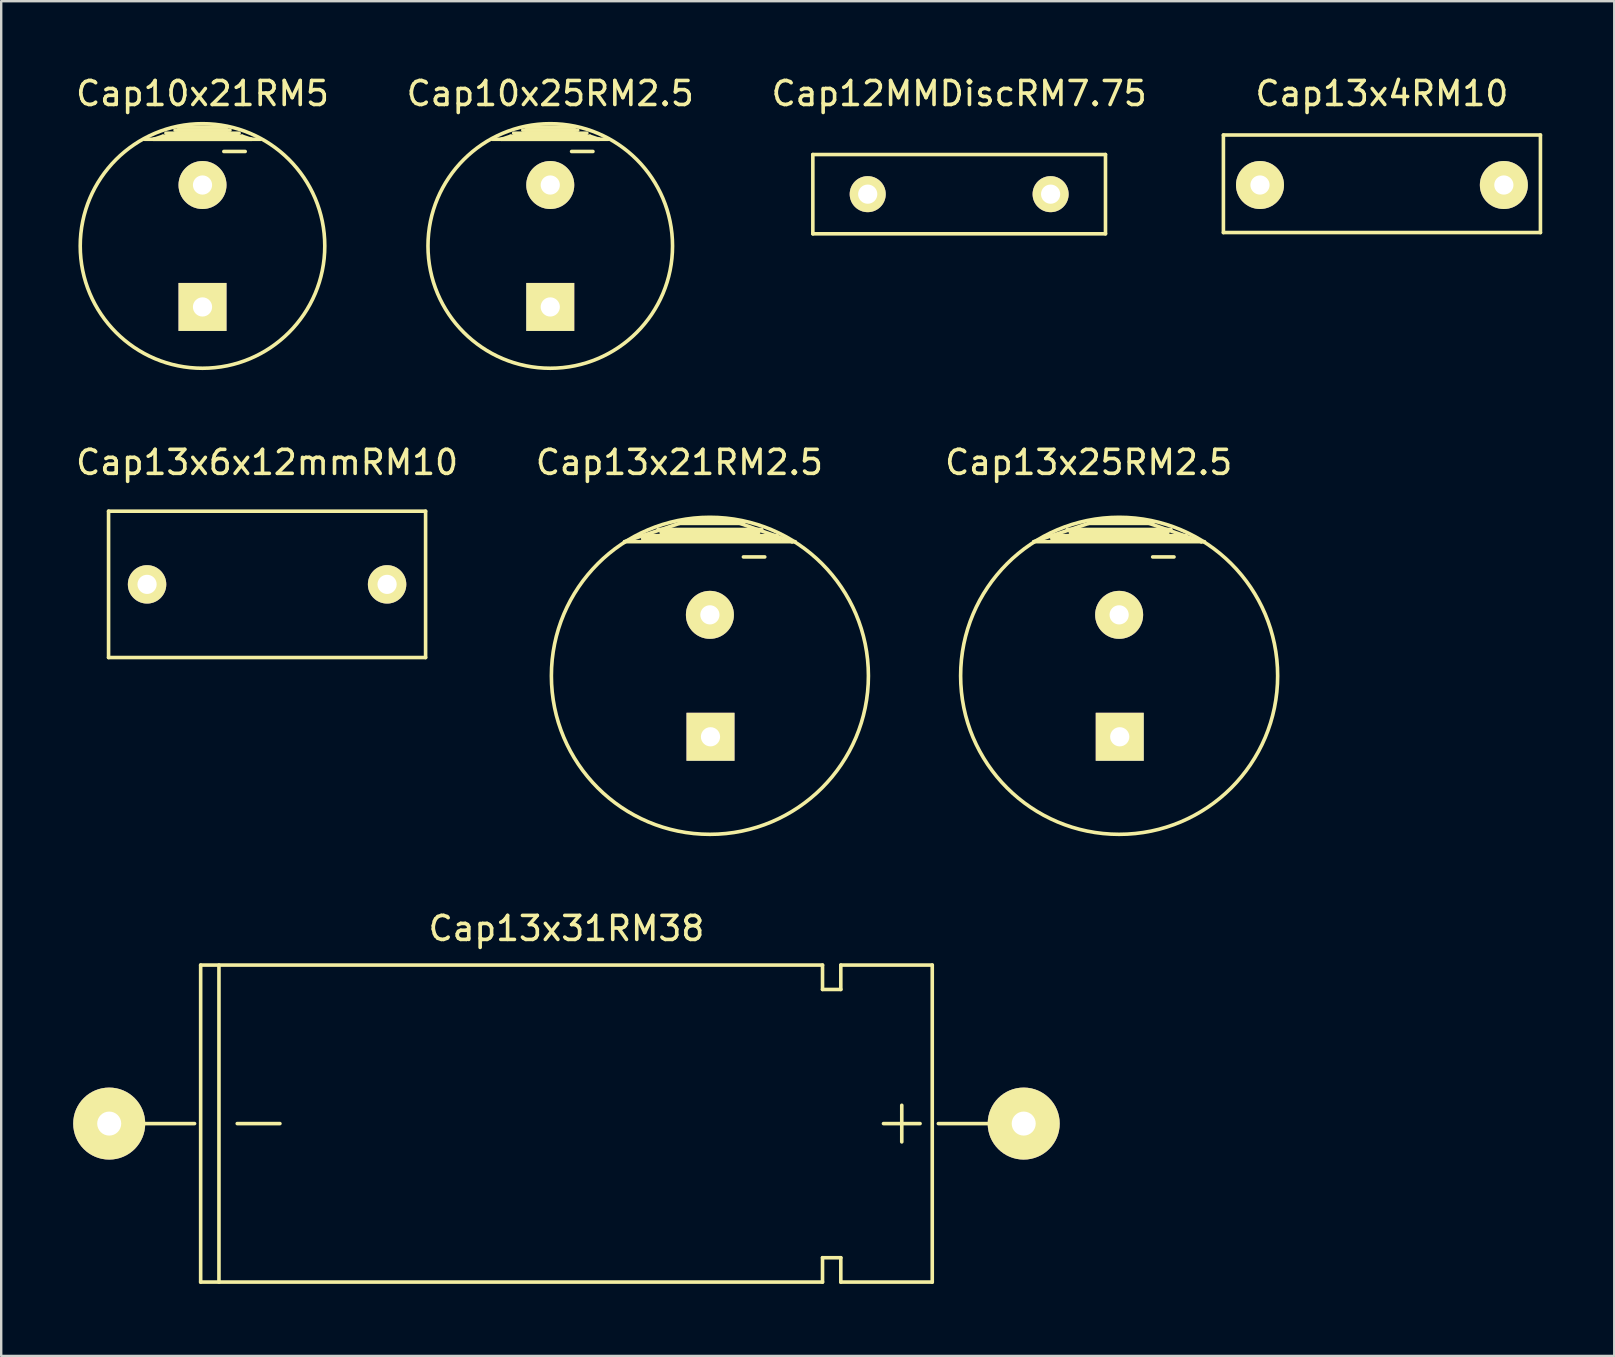
<source format=kicad_pcb>
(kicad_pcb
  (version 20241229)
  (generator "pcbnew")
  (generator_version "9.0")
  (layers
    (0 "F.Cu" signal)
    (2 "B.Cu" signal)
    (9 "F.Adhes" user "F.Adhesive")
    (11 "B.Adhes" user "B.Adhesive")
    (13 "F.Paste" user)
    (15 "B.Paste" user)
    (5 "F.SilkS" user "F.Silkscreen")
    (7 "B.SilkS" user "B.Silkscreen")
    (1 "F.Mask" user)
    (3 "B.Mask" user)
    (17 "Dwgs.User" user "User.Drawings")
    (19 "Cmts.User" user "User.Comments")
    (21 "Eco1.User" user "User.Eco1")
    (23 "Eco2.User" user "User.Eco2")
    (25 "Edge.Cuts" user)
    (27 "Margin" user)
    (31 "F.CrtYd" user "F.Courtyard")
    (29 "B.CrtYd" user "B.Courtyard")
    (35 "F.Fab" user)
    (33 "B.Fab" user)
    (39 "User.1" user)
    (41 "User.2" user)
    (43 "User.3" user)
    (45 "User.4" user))
  (footprint "Cap13x21RM2.5"
    (layer "F.Cu")
    (at 26.526 25.106)
    (property "Reference" "Cap13x21RM2.5" (at -1.27 -8.89 0) (layer "F.SilkS") (effects (font (size 1 1) (thickness 0.15))))
    (attr through_hole)
    (fp_line (start -3.556 -5.588) (end -0.889 -6.477) (stroke (width 0.15) (type solid)) (layer "F.SilkS"))
    (fp_line (start -2.794 -5.842) (end -2.667 -5.842) (stroke (width 0.15) (type solid)) (layer "F.SilkS"))
    (fp_line (start -2.794 -5.715) (end -1.905 -5.715) (stroke (width 0.15) (type solid)) (layer "F.SilkS"))
    (fp_line (start -2.159 -6.096) (end 2.159 -6.096) (stroke (width 0.15) (type solid)) (layer "F.SilkS"))
    (fp_line (start -2.032 -5.969) (end 2.032 -5.969) (stroke (width 0.15) (type solid)) (layer "F.SilkS"))
    (fp_line (start -0.889 -6.477) (end 0.889 -6.477) (stroke (width 0.15) (type solid)) (layer "F.SilkS"))
    (fp_line (start 0.889 -6.477) (end 3.429 -5.588) (stroke (width 0.15) (type solid)) (layer "F.SilkS"))
    (fp_line (start 1.397 -6.35) (end -1.27 -6.35) (stroke (width 0.15) (type solid)) (layer "F.SilkS"))
    (fp_line (start 1.397 -4.953) (end 2.286 -4.953) (stroke (width 0.15) (type solid)) (layer "F.SilkS"))
    (fp_line (start 2.794 -5.842) (end -2.794 -5.842) (stroke (width 0.15) (type solid)) (layer "F.SilkS"))
    (fp_line (start 2.921 -5.715) (end -2.794 -5.715) (stroke (width 0.15) (type solid)) (layer "F.SilkS"))
    (fp_line (start 3.429 -5.588) (end 3.048 -5.715) (stroke (width 0.15) (type solid)) (layer "F.SilkS"))
    (fp_line (start 3.556 -5.588) (end -3.556 -5.588) (stroke (width 0.15) (type solid)) (layer "F.SilkS"))
    (fp_circle (center 0 0) (end -6.604 0) (stroke (width 0.15) (type solid)) (fill no) (layer "F.SilkS"))
    (pad "1" thru_hole rect (at 0.025 2.54) (size 1.999 1.999) (drill 0.8) (layers "*.Cu" "*.Mask" "F.SilkS"))
    (pad "2" thru_hole circle (at 0 -2.54) (size 1.999 1.999) (drill 0.8) (layers "*.Cu" "*.Mask" "F.SilkS")))
  (footprint "Cap12MMDiscRM7.75"
    (layer "F.Cu")
    (at 36.911 5.039)
    (property "Reference" "Cap12MMDiscRM7.75" (at 0 -4.191 0) (layer "F.SilkS") (effects (font (size 1 1) (thickness 0.15))))
    (attr through_hole)
    (fp_line (start -6.096 -1.651) (end -6.096 1.651) (stroke (width 0.15) (type solid)) (layer "F.SilkS"))
    (fp_line (start -6.096 1.651) (end 6.096 1.651) (stroke (width 0.15) (type solid)) (layer "F.SilkS"))
    (fp_line (start 6.096 -1.651) (end -6.096 -1.651) (stroke (width 0.15) (type solid)) (layer "F.SilkS"))
    (fp_line (start 6.096 1.651) (end 6.096 -1.651) (stroke (width 0.15) (type solid)) (layer "F.SilkS"))
    (pad "1" thru_hole circle (at -3.81 0) (size 1.501 1.501) (drill 0.8) (layers "*.Cu" "*.Mask" "F.SilkS"))
    (pad "2" thru_hole circle (at 3.81 0) (size 1.501 1.501) (drill 0.8) (layers "*.Cu" "*.Mask" "F.SilkS")))
  (footprint "Cap13x25RM2.5"
    (layer "F.Cu")
    (at 43.576 25.106)
    (property "Reference" "Cap13x25RM2.5" (at -1.27 -8.89 0) (layer "F.SilkS") (effects (font (size 1 1) (thickness 0.15))))
    (attr through_hole)
    (fp_line (start -3.556 -5.588) (end -0.889 -6.477) (stroke (width 0.15) (type solid)) (layer "F.SilkS"))
    (fp_line (start -2.794 -5.842) (end -2.667 -5.842) (stroke (width 0.15) (type solid)) (layer "F.SilkS"))
    (fp_line (start -2.794 -5.715) (end -1.905 -5.715) (stroke (width 0.15) (type solid)) (layer "F.SilkS"))
    (fp_line (start -2.159 -6.096) (end 2.159 -6.096) (stroke (width 0.15) (type solid)) (layer "F.SilkS"))
    (fp_line (start -2.032 -5.969) (end 2.032 -5.969) (stroke (width 0.15) (type solid)) (layer "F.SilkS"))
    (fp_line (start -0.889 -6.477) (end 0.889 -6.477) (stroke (width 0.15) (type solid)) (layer "F.SilkS"))
    (fp_line (start 0.889 -6.477) (end 3.429 -5.588) (stroke (width 0.15) (type solid)) (layer "F.SilkS"))
    (fp_line (start 1.397 -6.35) (end -1.27 -6.35) (stroke (width 0.15) (type solid)) (layer "F.SilkS"))
    (fp_line (start 1.397 -4.953) (end 2.286 -4.953) (stroke (width 0.15) (type solid)) (layer "F.SilkS"))
    (fp_line (start 2.794 -5.842) (end -2.794 -5.842) (stroke (width 0.15) (type solid)) (layer "F.SilkS"))
    (fp_line (start 2.921 -5.715) (end -2.794 -5.715) (stroke (width 0.15) (type solid)) (layer "F.SilkS"))
    (fp_line (start 3.429 -5.588) (end 3.048 -5.715) (stroke (width 0.15) (type solid)) (layer "F.SilkS"))
    (fp_line (start 3.556 -5.588) (end -3.556 -5.588) (stroke (width 0.15) (type solid)) (layer "F.SilkS"))
    (fp_circle (center 0 0) (end -6.604 0) (stroke (width 0.15) (type solid)) (fill no) (layer "F.SilkS"))
    (pad "1" thru_hole rect (at 0.025 2.54) (size 1.999 1.999) (drill 0.8) (layers "*.Cu" "*.Mask" "F.SilkS"))
    (pad "2" thru_hole circle (at 0 -2.54) (size 1.999 1.999) (drill 0.8) (layers "*.Cu" "*.Mask" "F.SilkS")))
  (footprint "Cap10x21RM5"
    (layer "F.Cu")
    (at 5.387 7.198)
    (property "Reference" "Cap10x21RM5" (at 0 -6.35 0) (layer "F.SilkS") (effects (font (size 1 1) (thickness 0.15))))
    (attr through_hole)
    (fp_line (start -2.413 -4.445) (end 2.413 -4.445) (stroke (width 0.15) (type solid)) (layer "F.SilkS"))
    (fp_line (start -2.032 -4.445) (end -1.651 -4.572) (stroke (width 0.15) (type solid)) (layer "F.SilkS"))
    (fp_line (start -1.651 -4.572) (end 1.651 -4.572) (stroke (width 0.15) (type solid)) (layer "F.SilkS"))
    (fp_line (start -1.524 -4.699) (end 1.524 -4.699) (stroke (width 0.15) (type solid)) (layer "F.SilkS"))
    (fp_line (start -1.016 -4.826) (end 1.016 -4.826) (stroke (width 0.15) (type solid)) (layer "F.SilkS"))
    (fp_line (start 0.889 -3.937) (end 1.778 -3.937) (stroke (width 0.15) (type solid)) (layer "F.SilkS"))
    (fp_line (start 1.016 -4.953) (end -1.016 -4.953) (stroke (width 0.15) (type solid)) (layer "F.SilkS"))
    (fp_line (start 1.143 -4.826) (end -1.143 -4.826) (stroke (width 0.15) (type solid)) (layer "F.SilkS"))
    (fp_line (start 1.651 -4.572) (end 2.032 -4.445) (stroke (width 0.15) (type solid)) (layer "F.SilkS"))
    (fp_line (start 2.032 -4.445) (end -2.032 -4.445) (stroke (width 0.15) (type solid)) (layer "F.SilkS"))
    (fp_circle (center 0 0) (end 5.08 0.381) (stroke (width 0.15) (type solid)) (fill no) (layer "F.SilkS"))
    (pad "1" thru_hole rect (at 0 2.54) (size 1.999 1.999) (drill 0.8) (layers "*.Cu" "*.Mask" "F.SilkS"))
    (pad "2" thru_hole circle (at 0 -2.54) (size 1.999 1.999) (drill 0.8) (layers "*.Cu" "*.Mask" "F.SilkS")))
  (footprint "Cap13x31RM38"
    (layer "F.Cu")
    (at 20.55 43.761)
    (property "Reference" "Cap13x31RM38" (at 0 -8.128 0) (layer "F.SilkS") (effects (font (size 1 1) (thickness 0.15))))
    (attr through_hole)
    (fp_line (start -15.494 0) (end -19.05 0) (stroke (width 0.15) (type solid)) (layer "F.SilkS"))
    (fp_line (start -15.24 -6.604) (end -15.24 6.604) (stroke (width 0.15) (type solid)) (layer "F.SilkS"))
    (fp_line (start -15.24 -6.604) (end 10.668 -6.604) (stroke (width 0.15) (type solid)) (layer "F.SilkS"))
    (fp_line (start -14.478 6.604) (end -14.478 -6.604) (stroke (width 0.15) (type solid)) (layer "F.SilkS"))
    (fp_line (start -13.716 0) (end -11.938 0) (stroke (width 0.15) (type solid)) (layer "F.SilkS"))
    (fp_line (start 10.668 -6.604) (end 10.668 -5.588) (stroke (width 0.15) (type solid)) (layer "F.SilkS"))
    (fp_line (start 10.668 -5.588) (end 11.43 -5.588) (stroke (width 0.15) (type solid)) (layer "F.SilkS"))
    (fp_line (start 10.668 5.588) (end 10.668 6.604) (stroke (width 0.15) (type solid)) (layer "F.SilkS"))
    (fp_line (start 10.668 6.604) (end -15.24 6.604) (stroke (width 0.15) (type solid)) (layer "F.SilkS"))
    (fp_line (start 11.43 -6.604) (end 15.24 -6.604) (stroke (width 0.15) (type solid)) (layer "F.SilkS"))
    (fp_line (start 11.43 -5.588) (end 11.43 -6.604) (stroke (width 0.15) (type solid)) (layer "F.SilkS"))
    (fp_line (start 11.43 5.588) (end 10.668 5.588) (stroke (width 0.15) (type solid)) (layer "F.SilkS"))
    (fp_line (start 11.43 6.604) (end 11.43 5.588) (stroke (width 0.15) (type solid)) (layer "F.SilkS"))
    (fp_line (start 13.97 0.762) (end 13.97 -0.762) (stroke (width 0.15) (type solid)) (layer "F.SilkS"))
    (fp_line (start 14.732 0) (end 13.208 0) (stroke (width 0.15) (type solid)) (layer "F.SilkS"))
    (fp_line (start 15.24 -6.604) (end 15.24 6.604) (stroke (width 0.15) (type solid)) (layer "F.SilkS"))
    (fp_line (start 15.24 6.604) (end 11.43 6.604) (stroke (width 0.15) (type solid)) (layer "F.SilkS"))
    (fp_line (start 15.494 0) (end 19.05 0) (stroke (width 0.15) (type solid)) (layer "F.SilkS"))
    (pad "1" thru_hole circle (at 19.05 0) (size 3 3) (drill 1.001) (layers "*.Cu" "*.Mask" "F.SilkS"))
    (pad "2" thru_hole circle (at -19.05 0) (size 3 3) (drill 1.001) (layers "*.Cu" "*.Mask" "F.SilkS")))
  (footprint "Cap13x4RM10"
    (layer "F.Cu")
    (at 54.524 4.658)
    (property "Reference" "Cap13x4RM10" (at 0 -3.81 0) (layer "F.SilkS") (effects (font (size 1 1) (thickness 0.15))))
    (attr through_hole)
    (fp_line (start -6.604 -2.083) (end -6.604 1.981) (stroke (width 0.15) (type solid)) (layer "F.SilkS"))
    (fp_line (start -6.604 -2.083) (end 6.604 -2.083) (stroke (width 0.15) (type solid)) (layer "F.SilkS"))
    (fp_line (start 6.604 1.981) (end -6.604 1.981) (stroke (width 0.15) (type solid)) (layer "F.SilkS"))
    (fp_line (start 6.604 1.981) (end 6.604 -2.083) (stroke (width 0.15) (type solid)) (layer "F.SilkS"))
    (pad "1" thru_hole circle (at -5.08 0) (size 1.999 1.999) (drill 0.8) (layers "*.Cu" "*.Mask" "F.SilkS"))
    (pad "2" thru_hole circle (at 5.08 0) (size 1.999 1.999) (drill 0.8) (layers "*.Cu" "*.Mask" "F.SilkS")))
  (footprint "Cap13x6x12mmRM10"
    (layer "F.Cu")
    (at 8.077 21.296)
    (property "Reference" "Cap13x6x12mmRM10" (at 0 -5.08 0) (layer "F.SilkS") (effects (font (size 1 1) (thickness 0.15))))
    (attr through_hole)
    (fp_line (start -6.604 -3.048) (end -6.604 3.048) (stroke (width 0.15) (type solid)) (layer "F.SilkS"))
    (fp_line (start -6.604 3.048) (end 6.604 3.048) (stroke (width 0.15) (type solid)) (layer "F.SilkS"))
    (fp_line (start 6.604 -3.048) (end -6.604 -3.048) (stroke (width 0.15) (type solid)) (layer "F.SilkS"))
    (fp_line (start 6.604 3.048) (end 6.604 -3.048) (stroke (width 0.15) (type solid)) (layer "F.SilkS"))
    (pad "1" thru_hole circle (at -5 0) (size 1.6 1.6) (drill 0.8) (layers "*.Cu" "*.Mask" "F.SilkS"))
    (pad "2" thru_hole circle (at 5 0) (size 1.6 1.6) (drill 0.8) (layers "*.Cu" "*.Mask" "F.SilkS")))
  (footprint "Cap10x25RM2.5"
    (layer "F.Cu")
    (at 19.875 7.198)
    (property "Reference" "Cap10x25RM2.5" (at 0 -6.35 0) (layer "F.SilkS") (effects (font (size 1 1) (thickness 0.15))))
    (attr through_hole)
    (fp_line (start -2.413 -4.445) (end 2.413 -4.445) (stroke (width 0.15) (type solid)) (layer "F.SilkS"))
    (fp_line (start -2.032 -4.445) (end -1.651 -4.572) (stroke (width 0.15) (type solid)) (layer "F.SilkS"))
    (fp_line (start -1.651 -4.572) (end 1.651 -4.572) (stroke (width 0.15) (type solid)) (layer "F.SilkS"))
    (fp_line (start -1.524 -4.699) (end 1.524 -4.699) (stroke (width 0.15) (type solid)) (layer "F.SilkS"))
    (fp_line (start -1.016 -4.826) (end 1.016 -4.826) (stroke (width 0.15) (type solid)) (layer "F.SilkS"))
    (fp_line (start 0.889 -3.937) (end 1.778 -3.937) (stroke (width 0.15) (type solid)) (layer "F.SilkS"))
    (fp_line (start 1.016 -4.953) (end -1.016 -4.953) (stroke (width 0.15) (type solid)) (layer "F.SilkS"))
    (fp_line (start 1.143 -4.826) (end -1.143 -4.826) (stroke (width 0.15) (type solid)) (layer "F.SilkS"))
    (fp_line (start 1.651 -4.572) (end 2.032 -4.445) (stroke (width 0.15) (type solid)) (layer "F.SilkS"))
    (fp_line (start 2.032 -4.445) (end -2.032 -4.445) (stroke (width 0.15) (type solid)) (layer "F.SilkS"))
    (fp_circle (center 0 0) (end 5.08 0.381) (stroke (width 0.15) (type solid)) (fill no) (layer "F.SilkS"))
    (pad "1" thru_hole rect (at 0 2.54) (size 1.999 1.999) (drill 0.8) (layers "*.Cu" "*.Mask" "F.SilkS"))
    (pad "2" thru_hole circle (at 0 -2.54) (size 1.999 1.999) (drill 0.8) (layers "*.Cu" "*.Mask" "F.SilkS")))
  (gr_rect
    (start -3 -3)
    (end 64.203 53.44)
    (stroke (width 0.1) (type default))
    (fill no)
    (layer "Edge.Cuts")))
</source>
